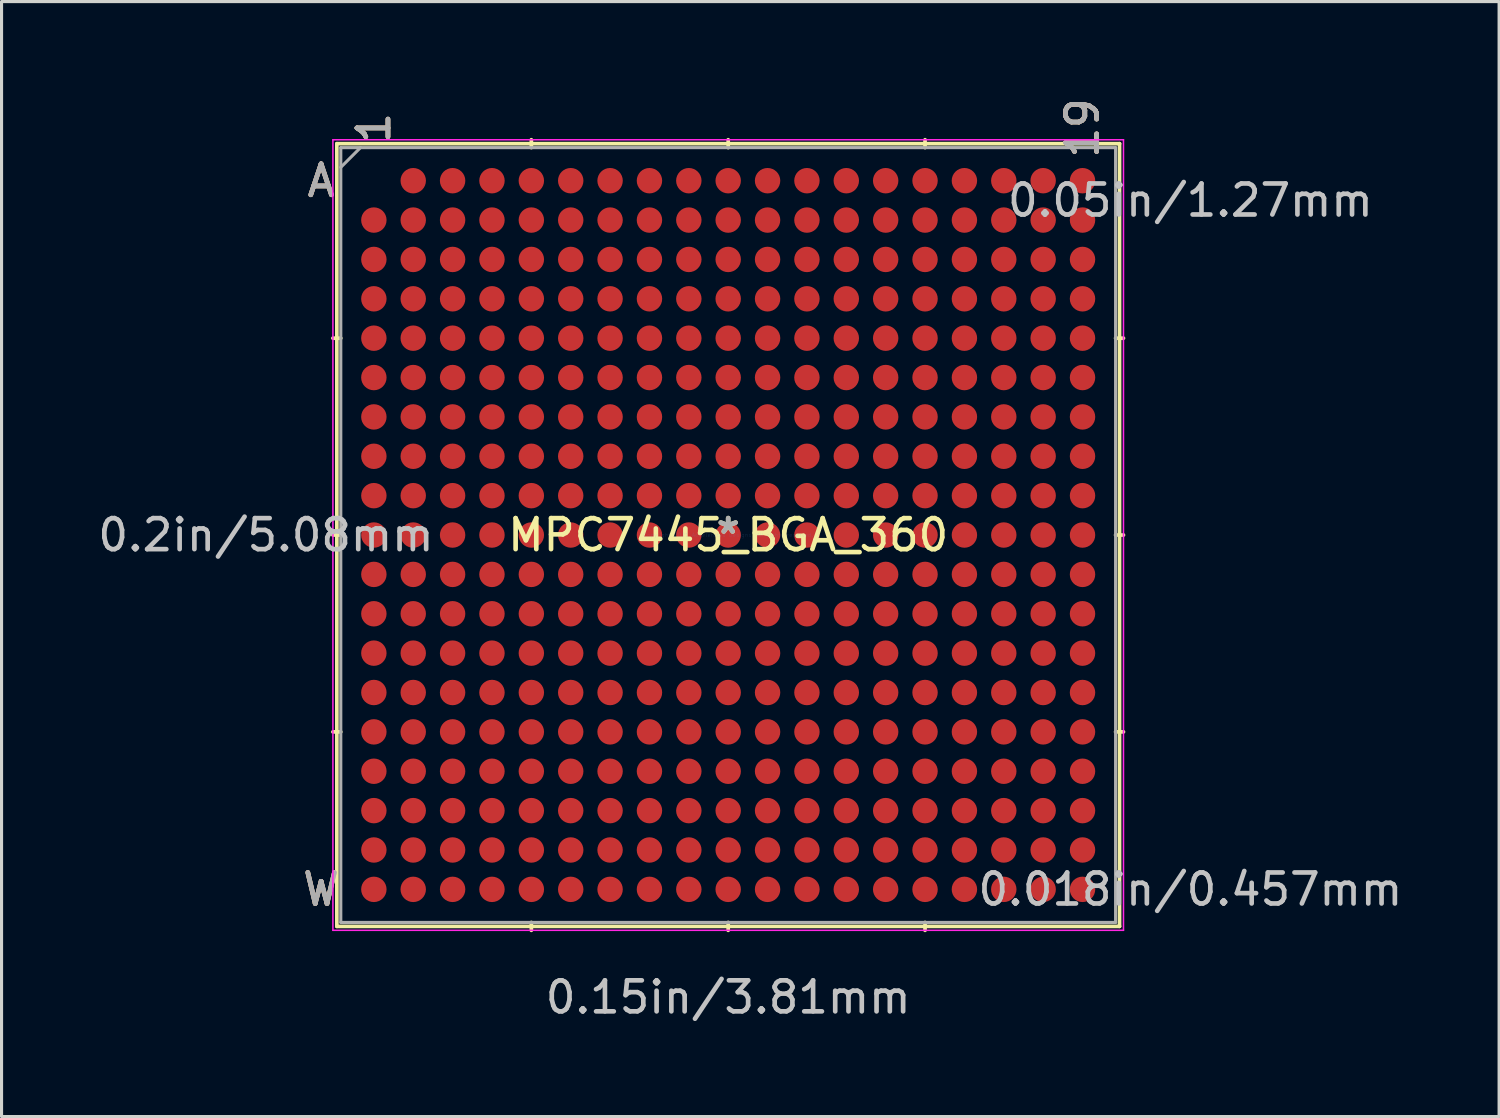
<source format=kicad_pcb>
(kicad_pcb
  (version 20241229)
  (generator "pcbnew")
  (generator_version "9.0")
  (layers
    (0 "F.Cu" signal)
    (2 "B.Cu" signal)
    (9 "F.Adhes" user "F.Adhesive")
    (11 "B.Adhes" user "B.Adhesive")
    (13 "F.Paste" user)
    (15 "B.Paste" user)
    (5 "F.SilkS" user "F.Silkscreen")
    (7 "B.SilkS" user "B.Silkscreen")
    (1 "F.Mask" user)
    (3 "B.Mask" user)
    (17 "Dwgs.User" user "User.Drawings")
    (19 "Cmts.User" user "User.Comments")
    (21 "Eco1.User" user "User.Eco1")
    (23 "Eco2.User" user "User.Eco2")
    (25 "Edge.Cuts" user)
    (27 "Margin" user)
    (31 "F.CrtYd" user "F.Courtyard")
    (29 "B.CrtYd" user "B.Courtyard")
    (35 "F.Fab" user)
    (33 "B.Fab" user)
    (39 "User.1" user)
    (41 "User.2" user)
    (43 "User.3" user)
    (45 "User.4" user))
  (footprint "MPC7445_BGA_360"
    (layer "F.Cu")
    (at 20.44 14.209)
    (property "Reference" "MPC7445_BGA_360" (at 0 0 0) (layer "F.SilkS") (effects (font (size 1 1) (thickness 0.15))))
    (attr through_hole)
    (fp_line (start -12.624 -12.624) (end -12.624 12.624) (stroke (width 0.12) (type solid)) (layer "F.SilkS"))
    (fp_line (start -12.624 12.624) (end 12.624 12.624) (stroke (width 0.12) (type solid)) (layer "F.SilkS"))
    (fp_line (start -12.497 -6.35) (end -12.751 -6.35) (stroke (width 0.12) (type solid)) (layer "F.SilkS"))
    (fp_line (start -12.497 0) (end -12.751 0) (stroke (width 0.12) (type solid)) (layer "F.SilkS"))
    (fp_line (start -12.497 6.35) (end -12.751 6.35) (stroke (width 0.12) (type solid)) (layer "F.SilkS"))
    (fp_line (start -6.35 -12.497) (end -6.35 -12.751) (stroke (width 0.12) (type solid)) (layer "F.SilkS"))
    (fp_line (start -6.35 12.497) (end -6.35 12.751) (stroke (width 0.12) (type solid)) (layer "F.SilkS"))
    (fp_line (start 0 -12.497) (end 0 -12.751) (stroke (width 0.12) (type solid)) (layer "F.SilkS"))
    (fp_line (start 0 12.497) (end 0 12.751) (stroke (width 0.12) (type solid)) (layer "F.SilkS"))
    (fp_line (start 6.35 -12.497) (end 6.35 -12.751) (stroke (width 0.12) (type solid)) (layer "F.SilkS"))
    (fp_line (start 6.35 12.497) (end 6.35 12.751) (stroke (width 0.12) (type solid)) (layer "F.SilkS"))
    (fp_line (start 12.497 -6.35) (end 12.751 -6.35) (stroke (width 0.12) (type solid)) (layer "F.SilkS"))
    (fp_line (start 12.497 0) (end 12.751 0) (stroke (width 0.12) (type solid)) (layer "F.SilkS"))
    (fp_line (start 12.497 6.35) (end 12.751 6.35) (stroke (width 0.12) (type solid)) (layer "F.SilkS"))
    (fp_line (start 12.624 -12.624) (end -12.624 -12.624) (stroke (width 0.12) (type solid)) (layer "F.SilkS"))
    (fp_line (start 12.624 12.624) (end 12.624 -12.624) (stroke (width 0.12) (type solid)) (layer "F.SilkS"))
    (fp_line (start -12.751 -12.751) (end 12.751 -12.751) (stroke (width 0.05) (type solid)) (layer "F.CrtYd"))
    (fp_line (start -12.751 12.751) (end -12.751 -12.751) (stroke (width 0.05) (type solid)) (layer "F.CrtYd"))
    (fp_line (start 12.751 -12.751) (end 12.751 12.751) (stroke (width 0.05) (type solid)) (layer "F.CrtYd"))
    (fp_line (start 12.751 12.751) (end -12.751 12.751) (stroke (width 0.05) (type solid)) (layer "F.CrtYd"))
    (fp_line (start -12.497 -12.497) (end -12.497 12.497) (stroke (width 0.1) (type solid)) (layer "F.Fab"))
    (fp_line (start -12.497 12.497) (end 12.497 12.497) (stroke (width 0.1) (type solid)) (layer "F.Fab"))
    (fp_line (start -11.862 -12.497) (end -12.497 -11.862) (stroke (width 0.1) (type solid)) (layer "F.Fab"))
    (fp_line (start 12.497 -12.497) (end -12.497 -12.497) (stroke (width 0.1) (type solid)) (layer "F.Fab"))
    (fp_line (start 12.497 12.497) (end 12.497 -12.497) (stroke (width 0.1) (type solid)) (layer "F.Fab"))
    (fp_text user "19" (at 11.43 -13.132 90) (layer "F.SilkS") (effects (font (size 1 1) (thickness 0.15))))
    (fp_text user "A" (at -13.132 -11.43 0) (layer "F.SilkS") (effects (font (size 1 1) (thickness 0.15))))
    (fp_text user "1" (at -11.43 -13.132 90) (layer "F.SilkS") (effects (font (size 1 1) (thickness 0.15))))
    (fp_text user "*" (at 0 0 0) (layer "F.SilkS") (effects (font (size 1 1) (thickness 0.15))))
    (fp_text user "W" (at -13.132 11.43 0) (layer "F.SilkS") (effects (font (size 1 1) (thickness 0.15))))
    (fp_text user "1" (at -11.43 -13.132 90) (layer "B.SilkS") (effects (font (size 1 1) (thickness 0.15))))
    (fp_text user "A" (at -13.132 -11.43 0) (layer "B.SilkS") (effects (font (size 1 1) (thickness 0.15))))
    (fp_text user "W" (at -13.132 11.43 0) (layer "B.SilkS") (effects (font (size 1 1) (thickness 0.15))))
    (fp_text user "19" (at 11.43 -13.132 90) (layer "B.SilkS") (effects (font (size 1 1) (thickness 0.15))))
    (fp_text user "0.2in/5.08mm" (at -14.91 0 0) (layer "Dwgs.User") (effects (font (size 1 1) (thickness 0.15))))
    (fp_text user "0.15in/3.81mm" (at 0 14.91 0) (layer "Dwgs.User") (effects (font (size 1 1) (thickness 0.15))))
    (fp_text user "0.05in/1.27mm" (at 14.91 -10.795 0) (layer "Dwgs.User") (effects (font (size 1 1) (thickness 0.15))))
    (fp_text user "0.018in/0.457mm" (at 14.91 11.43 0) (layer "Dwgs.User") (effects (font (size 1 1) (thickness 0.15))))
    (fp_text user "Copyright 2021 Accelerated Designs. All rights reserved." (at 0 0 0) (layer "Cmts.User") (effects (font (size 0.127 0.127) (thickness 0.002))))
    (fp_text user "W" (at -13.132 11.43 0) (layer "F.Fab") (effects (font (size 1 1) (thickness 0.15))))
    (fp_text user "1" (at -11.43 -13.132 90) (layer "F.Fab") (effects (font (size 1 1) (thickness 0.15))))
    (fp_text user "19" (at 11.43 -13.132 90) (layer "F.Fab") (effects (font (size 1 1) (thickness 0.15))))
    (fp_text user "*" (at 0 0 0) (layer "F.Fab") (effects (font (size 1 1) (thickness 0.15))))
    (fp_text user "A" (at -13.132 -11.43 0) (layer "F.Fab") (effects (font (size 1 1) (thickness 0.15))))
    (pad "A2" smd circle (at -10.16 -11.43) (size 0.82 0.82) (layers "F.Cu" "F.Mask" "F.Paste"))
    (pad "A3" smd circle (at -8.89 -11.43) (size 0.82 0.82) (layers "F.Cu" "F.Mask" "F.Paste"))
    (pad "A4" smd circle (at -7.62 -11.43) (size 0.82 0.82) (layers "F.Cu" "F.Mask" "F.Paste"))
    (pad "A5" smd circle (at -6.35 -11.43) (size 0.82 0.82) (layers "F.Cu" "F.Mask" "F.Paste"))
    (pad "A6" smd circle (at -5.08 -11.43) (size 0.82 0.82) (layers "F.Cu" "F.Mask" "F.Paste"))
    (pad "A7" smd circle (at -3.81 -11.43) (size 0.82 0.82) (layers "F.Cu" "F.Mask" "F.Paste"))
    (pad "A8" smd circle (at -2.54 -11.43) (size 0.82 0.82) (layers "F.Cu" "F.Mask" "F.Paste"))
    (pad "A9" smd circle (at -1.27 -11.43) (size 0.82 0.82) (layers "F.Cu" "F.Mask" "F.Paste"))
    (pad "A10" smd circle (at 0 -11.43) (size 0.82 0.82) (layers "F.Cu" "F.Mask" "F.Paste"))
    (pad "A11" smd circle (at 1.27 -11.43) (size 0.82 0.82) (layers "F.Cu" "F.Mask" "F.Paste"))
    (pad "A12" smd circle (at 2.54 -11.43) (size 0.82 0.82) (layers "F.Cu" "F.Mask" "F.Paste"))
    (pad "A13" smd circle (at 3.81 -11.43) (size 0.82 0.82) (layers "F.Cu" "F.Mask" "F.Paste"))
    (pad "A14" smd circle (at 5.08 -11.43) (size 0.82 0.82) (layers "F.Cu" "F.Mask" "F.Paste"))
    (pad "A15" smd circle (at 6.35 -11.43) (size 0.82 0.82) (layers "F.Cu" "F.Mask" "F.Paste"))
    (pad "A16" smd circle (at 7.62 -11.43) (size 0.82 0.82) (layers "F.Cu" "F.Mask" "F.Paste"))
    (pad "A17" smd circle (at 8.89 -11.43) (size 0.82 0.82) (layers "F.Cu" "F.Mask" "F.Paste"))
    (pad "A18" smd circle (at 10.16 -11.43) (size 0.82 0.82) (layers "F.Cu" "F.Mask" "F.Paste"))
    (pad "A19" smd circle (at 11.43 -11.43) (size 0.82 0.82) (layers "F.Cu" "F.Mask" "F.Paste"))
    (pad "B1" smd circle (at -11.43 -10.16) (size 0.82 0.82) (layers "F.Cu" "F.Mask" "F.Paste"))
    (pad "B2" smd circle (at -10.16 -10.16) (size 0.82 0.82) (layers "F.Cu" "F.Mask" "F.Paste"))
    (pad "B3" smd circle (at -8.89 -10.16) (size 0.82 0.82) (layers "F.Cu" "F.Mask" "F.Paste"))
    (pad "B4" smd circle (at -7.62 -10.16) (size 0.82 0.82) (layers "F.Cu" "F.Mask" "F.Paste"))
    (pad "B5" smd circle (at -6.35 -10.16) (size 0.82 0.82) (layers "F.Cu" "F.Mask" "F.Paste"))
    (pad "B6" smd circle (at -5.08 -10.16) (size 0.82 0.82) (layers "F.Cu" "F.Mask" "F.Paste"))
    (pad "B7" smd circle (at -3.81 -10.16) (size 0.82 0.82) (layers "F.Cu" "F.Mask" "F.Paste"))
    (pad "B8" smd circle (at -2.54 -10.16) (size 0.82 0.82) (layers "F.Cu" "F.Mask" "F.Paste"))
    (pad "B9" smd circle (at -1.27 -10.16) (size 0.82 0.82) (layers "F.Cu" "F.Mask" "F.Paste"))
    (pad "B10" smd circle (at 0 -10.16) (size 0.82 0.82) (layers "F.Cu" "F.Mask" "F.Paste"))
    (pad "B11" smd circle (at 1.27 -10.16) (size 0.82 0.82) (layers "F.Cu" "F.Mask" "F.Paste"))
    (pad "B12" smd circle (at 2.54 -10.16) (size 0.82 0.82) (layers "F.Cu" "F.Mask" "F.Paste"))
    (pad "B13" smd circle (at 3.81 -10.16) (size 0.82 0.82) (layers "F.Cu" "F.Mask" "F.Paste"))
    (pad "B14" smd circle (at 5.08 -10.16) (size 0.82 0.82) (layers "F.Cu" "F.Mask" "F.Paste"))
    (pad "B15" smd circle (at 6.35 -10.16) (size 0.82 0.82) (layers "F.Cu" "F.Mask" "F.Paste"))
    (pad "B16" smd circle (at 7.62 -10.16) (size 0.82 0.82) (layers "F.Cu" "F.Mask" "F.Paste"))
    (pad "B17" smd circle (at 8.89 -10.16) (size 0.82 0.82) (layers "F.Cu" "F.Mask" "F.Paste"))
    (pad "B18" smd circle (at 10.16 -10.16) (size 0.82 0.82) (layers "F.Cu" "F.Mask" "F.Paste"))
    (pad "B19" smd circle (at 11.43 -10.16) (size 0.82 0.82) (layers "F.Cu" "F.Mask" "F.Paste"))
    (pad "C1" smd circle (at -11.43 -8.89) (size 0.82 0.82) (layers "F.Cu" "F.Mask" "F.Paste"))
    (pad "C2" smd circle (at -10.16 -8.89) (size 0.82 0.82) (layers "F.Cu" "F.Mask" "F.Paste"))
    (pad "C3" smd circle (at -8.89 -8.89) (size 0.82 0.82) (layers "F.Cu" "F.Mask" "F.Paste"))
    (pad "C4" smd circle (at -7.62 -8.89) (size 0.82 0.82) (layers "F.Cu" "F.Mask" "F.Paste"))
    (pad "C5" smd circle (at -6.35 -8.89) (size 0.82 0.82) (layers "F.Cu" "F.Mask" "F.Paste"))
    (pad "C6" smd circle (at -5.08 -8.89) (size 0.82 0.82) (layers "F.Cu" "F.Mask" "F.Paste"))
    (pad "C7" smd circle (at -3.81 -8.89) (size 0.82 0.82) (layers "F.Cu" "F.Mask" "F.Paste"))
    (pad "C8" smd circle (at -2.54 -8.89) (size 0.82 0.82) (layers "F.Cu" "F.Mask" "F.Paste"))
    (pad "C9" smd circle (at -1.27 -8.89) (size 0.82 0.82) (layers "F.Cu" "F.Mask" "F.Paste"))
    (pad "C10" smd circle (at 0 -8.89) (size 0.82 0.82) (layers "F.Cu" "F.Mask" "F.Paste"))
    (pad "C11" smd circle (at 1.27 -8.89) (size 0.82 0.82) (layers "F.Cu" "F.Mask" "F.Paste"))
    (pad "C12" smd circle (at 2.54 -8.89) (size 0.82 0.82) (layers "F.Cu" "F.Mask" "F.Paste"))
    (pad "C13" smd circle (at 3.81 -8.89) (size 0.82 0.82) (layers "F.Cu" "F.Mask" "F.Paste"))
    (pad "C14" smd circle (at 5.08 -8.89) (size 0.82 0.82) (layers "F.Cu" "F.Mask" "F.Paste"))
    (pad "C15" smd circle (at 6.35 -8.89) (size 0.82 0.82) (layers "F.Cu" "F.Mask" "F.Paste"))
    (pad "C16" smd circle (at 7.62 -8.89) (size 0.82 0.82) (layers "F.Cu" "F.Mask" "F.Paste"))
    (pad "C17" smd circle (at 8.89 -8.89) (size 0.82 0.82) (layers "F.Cu" "F.Mask" "F.Paste"))
    (pad "C18" smd circle (at 10.16 -8.89) (size 0.82 0.82) (layers "F.Cu" "F.Mask" "F.Paste"))
    (pad "C19" smd circle (at 11.43 -8.89) (size 0.82 0.82) (layers "F.Cu" "F.Mask" "F.Paste"))
    (pad "D1" smd circle (at -11.43 -7.62) (size 0.82 0.82) (layers "F.Cu" "F.Mask" "F.Paste"))
    (pad "D2" smd circle (at -10.16 -7.62) (size 0.82 0.82) (layers "F.Cu" "F.Mask" "F.Paste"))
    (pad "D3" smd circle (at -8.89 -7.62) (size 0.82 0.82) (layers "F.Cu" "F.Mask" "F.Paste"))
    (pad "D4" smd circle (at -7.62 -7.62) (size 0.82 0.82) (layers "F.Cu" "F.Mask" "F.Paste"))
    (pad "D5" smd circle (at -6.35 -7.62) (size 0.82 0.82) (layers "F.Cu" "F.Mask" "F.Paste"))
    (pad "D6" smd circle (at -5.08 -7.62) (size 0.82 0.82) (layers "F.Cu" "F.Mask" "F.Paste"))
    (pad "D7" smd circle (at -3.81 -7.62) (size 0.82 0.82) (layers "F.Cu" "F.Mask" "F.Paste"))
    (pad "D8" smd circle (at -2.54 -7.62) (size 0.82 0.82) (layers "F.Cu" "F.Mask" "F.Paste"))
    (pad "D9" smd circle (at -1.27 -7.62) (size 0.82 0.82) (layers "F.Cu" "F.Mask" "F.Paste"))
    (pad "D10" smd circle (at 0 -7.62) (size 0.82 0.82) (layers "F.Cu" "F.Mask" "F.Paste"))
    (pad "D11" smd circle (at 1.27 -7.62) (size 0.82 0.82) (layers "F.Cu" "F.Mask" "F.Paste"))
    (pad "D12" smd circle (at 2.54 -7.62) (size 0.82 0.82) (layers "F.Cu" "F.Mask" "F.Paste"))
    (pad "D13" smd circle (at 3.81 -7.62) (size 0.82 0.82) (layers "F.Cu" "F.Mask" "F.Paste"))
    (pad "D14" smd circle (at 5.08 -7.62) (size 0.82 0.82) (layers "F.Cu" "F.Mask" "F.Paste"))
    (pad "D15" smd circle (at 6.35 -7.62) (size 0.82 0.82) (layers "F.Cu" "F.Mask" "F.Paste"))
    (pad "D16" smd circle (at 7.62 -7.62) (size 0.82 0.82) (layers "F.Cu" "F.Mask" "F.Paste"))
    (pad "D17" smd circle (at 8.89 -7.62) (size 0.82 0.82) (layers "F.Cu" "F.Mask" "F.Paste"))
    (pad "D18" smd circle (at 10.16 -7.62) (size 0.82 0.82) (layers "F.Cu" "F.Mask" "F.Paste"))
    (pad "D19" smd circle (at 11.43 -7.62) (size 0.82 0.82) (layers "F.Cu" "F.Mask" "F.Paste"))
    (pad "E1" smd circle (at -11.43 -6.35) (size 0.82 0.82) (layers "F.Cu" "F.Mask" "F.Paste"))
    (pad "E2" smd circle (at -10.16 -6.35) (size 0.82 0.82) (layers "F.Cu" "F.Mask" "F.Paste"))
    (pad "E3" smd circle (at -8.89 -6.35) (size 0.82 0.82) (layers "F.Cu" "F.Mask" "F.Paste"))
    (pad "E4" smd circle (at -7.62 -6.35) (size 0.82 0.82) (layers "F.Cu" "F.Mask" "F.Paste"))
    (pad "E5" smd circle (at -6.35 -6.35) (size 0.82 0.82) (layers "F.Cu" "F.Mask" "F.Paste"))
    (pad "E6" smd circle (at -5.08 -6.35) (size 0.82 0.82) (layers "F.Cu" "F.Mask" "F.Paste"))
    (pad "E7" smd circle (at -3.81 -6.35) (size 0.82 0.82) (layers "F.Cu" "F.Mask" "F.Paste"))
    (pad "E8" smd circle (at -2.54 -6.35) (size 0.82 0.82) (layers "F.Cu" "F.Mask" "F.Paste"))
    (pad "E9" smd circle (at -1.27 -6.35) (size 0.82 0.82) (layers "F.Cu" "F.Mask" "F.Paste"))
    (pad "E10" smd circle (at 0 -6.35) (size 0.82 0.82) (layers "F.Cu" "F.Mask" "F.Paste"))
    (pad "E11" smd circle (at 1.27 -6.35) (size 0.82 0.82) (layers "F.Cu" "F.Mask" "F.Paste"))
    (pad "E12" smd circle (at 2.54 -6.35) (size 0.82 0.82) (layers "F.Cu" "F.Mask" "F.Paste"))
    (pad "E13" smd circle (at 3.81 -6.35) (size 0.82 0.82) (layers "F.Cu" "F.Mask" "F.Paste"))
    (pad "E14" smd circle (at 5.08 -6.35) (size 0.82 0.82) (layers "F.Cu" "F.Mask" "F.Paste"))
    (pad "E15" smd circle (at 6.35 -6.35) (size 0.82 0.82) (layers "F.Cu" "F.Mask" "F.Paste"))
    (pad "E16" smd circle (at 7.62 -6.35) (size 0.82 0.82) (layers "F.Cu" "F.Mask" "F.Paste"))
    (pad "E17" smd circle (at 8.89 -6.35) (size 0.82 0.82) (layers "F.Cu" "F.Mask" "F.Paste"))
    (pad "E18" smd circle (at 10.16 -6.35) (size 0.82 0.82) (layers "F.Cu" "F.Mask" "F.Paste"))
    (pad "E19" smd circle (at 11.43 -6.35) (size 0.82 0.82) (layers "F.Cu" "F.Mask" "F.Paste"))
    (pad "F1" smd circle (at -11.43 -5.08) (size 0.82 0.82) (layers "F.Cu" "F.Mask" "F.Paste"))
    (pad "F2" smd circle (at -10.16 -5.08) (size 0.82 0.82) (layers "F.Cu" "F.Mask" "F.Paste"))
    (pad "F3" smd circle (at -8.89 -5.08) (size 0.82 0.82) (layers "F.Cu" "F.Mask" "F.Paste"))
    (pad "F4" smd circle (at -7.62 -5.08) (size 0.82 0.82) (layers "F.Cu" "F.Mask" "F.Paste"))
    (pad "F5" smd circle (at -6.35 -5.08) (size 0.82 0.82) (layers "F.Cu" "F.Mask" "F.Paste"))
    (pad "F6" smd circle (at -5.08 -5.08) (size 0.82 0.82) (layers "F.Cu" "F.Mask" "F.Paste"))
    (pad "F7" smd circle (at -3.81 -5.08) (size 0.82 0.82) (layers "F.Cu" "F.Mask" "F.Paste"))
    (pad "F8" smd circle (at -2.54 -5.08) (size 0.82 0.82) (layers "F.Cu" "F.Mask" "F.Paste"))
    (pad "F9" smd circle (at -1.27 -5.08) (size 0.82 0.82) (layers "F.Cu" "F.Mask" "F.Paste"))
    (pad "F10" smd circle (at 0 -5.08) (size 0.82 0.82) (layers "F.Cu" "F.Mask" "F.Paste"))
    (pad "F11" smd circle (at 1.27 -5.08) (size 0.82 0.82) (layers "F.Cu" "F.Mask" "F.Paste"))
    (pad "F12" smd circle (at 2.54 -5.08) (size 0.82 0.82) (layers "F.Cu" "F.Mask" "F.Paste"))
    (pad "F13" smd circle (at 3.81 -5.08) (size 0.82 0.82) (layers "F.Cu" "F.Mask" "F.Paste"))
    (pad "F14" smd circle (at 5.08 -5.08) (size 0.82 0.82) (layers "F.Cu" "F.Mask" "F.Paste"))
    (pad "F15" smd circle (at 6.35 -5.08) (size 0.82 0.82) (layers "F.Cu" "F.Mask" "F.Paste"))
    (pad "F16" smd circle (at 7.62 -5.08) (size 0.82 0.82) (layers "F.Cu" "F.Mask" "F.Paste"))
    (pad "F17" smd circle (at 8.89 -5.08) (size 0.82 0.82) (layers "F.Cu" "F.Mask" "F.Paste"))
    (pad "F18" smd circle (at 10.16 -5.08) (size 0.82 0.82) (layers "F.Cu" "F.Mask" "F.Paste"))
    (pad "F19" smd circle (at 11.43 -5.08) (size 0.82 0.82) (layers "F.Cu" "F.Mask" "F.Paste"))
    (pad "G1" smd circle (at -11.43 -3.81) (size 0.82 0.82) (layers "F.Cu" "F.Mask" "F.Paste"))
    (pad "G2" smd circle (at -10.16 -3.81) (size 0.82 0.82) (layers "F.Cu" "F.Mask" "F.Paste"))
    (pad "G3" smd circle (at -8.89 -3.81) (size 0.82 0.82) (layers "F.Cu" "F.Mask" "F.Paste"))
    (pad "G4" smd circle (at -7.62 -3.81) (size 0.82 0.82) (layers "F.Cu" "F.Mask" "F.Paste"))
    (pad "G5" smd circle (at -6.35 -3.81) (size 0.82 0.82) (layers "F.Cu" "F.Mask" "F.Paste"))
    (pad "G6" smd circle (at -5.08 -3.81) (size 0.82 0.82) (layers "F.Cu" "F.Mask" "F.Paste"))
    (pad "G7" smd circle (at -3.81 -3.81) (size 0.82 0.82) (layers "F.Cu" "F.Mask" "F.Paste"))
    (pad "G8" smd circle (at -2.54 -3.81) (size 0.82 0.82) (layers "F.Cu" "F.Mask" "F.Paste"))
    (pad "G9" smd circle (at -1.27 -3.81) (size 0.82 0.82) (layers "F.Cu" "F.Mask" "F.Paste"))
    (pad "G10" smd circle (at 0 -3.81) (size 0.82 0.82) (layers "F.Cu" "F.Mask" "F.Paste"))
    (pad "G11" smd circle (at 1.27 -3.81) (size 0.82 0.82) (layers "F.Cu" "F.Mask" "F.Paste"))
    (pad "G12" smd circle (at 2.54 -3.81) (size 0.82 0.82) (layers "F.Cu" "F.Mask" "F.Paste"))
    (pad "G13" smd circle (at 3.81 -3.81) (size 0.82 0.82) (layers "F.Cu" "F.Mask" "F.Paste"))
    (pad "G14" smd circle (at 5.08 -3.81) (size 0.82 0.82) (layers "F.Cu" "F.Mask" "F.Paste"))
    (pad "G15" smd circle (at 6.35 -3.81) (size 0.82 0.82) (layers "F.Cu" "F.Mask" "F.Paste"))
    (pad "G16" smd circle (at 7.62 -3.81) (size 0.82 0.82) (layers "F.Cu" "F.Mask" "F.Paste"))
    (pad "G17" smd circle (at 8.89 -3.81) (size 0.82 0.82) (layers "F.Cu" "F.Mask" "F.Paste"))
    (pad "G18" smd circle (at 10.16 -3.81) (size 0.82 0.82) (layers "F.Cu" "F.Mask" "F.Paste"))
    (pad "G19" smd circle (at 11.43 -3.81) (size 0.82 0.82) (layers "F.Cu" "F.Mask" "F.Paste"))
    (pad "H1" smd circle (at -11.43 -2.54) (size 0.82 0.82) (layers "F.Cu" "F.Mask" "F.Paste"))
    (pad "H2" smd circle (at -10.16 -2.54) (size 0.82 0.82) (layers "F.Cu" "F.Mask" "F.Paste"))
    (pad "H3" smd circle (at -8.89 -2.54) (size 0.82 0.82) (layers "F.Cu" "F.Mask" "F.Paste"))
    (pad "H4" smd circle (at -7.62 -2.54) (size 0.82 0.82) (layers "F.Cu" "F.Mask" "F.Paste"))
    (pad "H5" smd circle (at -6.35 -2.54) (size 0.82 0.82) (layers "F.Cu" "F.Mask" "F.Paste"))
    (pad "H6" smd circle (at -5.08 -2.54) (size 0.82 0.82) (layers "F.Cu" "F.Mask" "F.Paste"))
    (pad "H7" smd circle (at -3.81 -2.54) (size 0.82 0.82) (layers "F.Cu" "F.Mask" "F.Paste"))
    (pad "H8" smd circle (at -2.54 -2.54) (size 0.82 0.82) (layers "F.Cu" "F.Mask" "F.Paste"))
    (pad "H9" smd circle (at -1.27 -2.54) (size 0.82 0.82) (layers "F.Cu" "F.Mask" "F.Paste"))
    (pad "H10" smd circle (at 0 -2.54) (size 0.82 0.82) (layers "F.Cu" "F.Mask" "F.Paste"))
    (pad "H11" smd circle (at 1.27 -2.54) (size 0.82 0.82) (layers "F.Cu" "F.Mask" "F.Paste"))
    (pad "H12" smd circle (at 2.54 -2.54) (size 0.82 0.82) (layers "F.Cu" "F.Mask" "F.Paste"))
    (pad "H13" smd circle (at 3.81 -2.54) (size 0.82 0.82) (layers "F.Cu" "F.Mask" "F.Paste"))
    (pad "H14" smd circle (at 5.08 -2.54) (size 0.82 0.82) (layers "F.Cu" "F.Mask" "F.Paste"))
    (pad "H15" smd circle (at 6.35 -2.54) (size 0.82 0.82) (layers "F.Cu" "F.Mask" "F.Paste"))
    (pad "H16" smd circle (at 7.62 -2.54) (size 0.82 0.82) (layers "F.Cu" "F.Mask" "F.Paste"))
    (pad "H17" smd circle (at 8.89 -2.54) (size 0.82 0.82) (layers "F.Cu" "F.Mask" "F.Paste"))
    (pad "H18" smd circle (at 10.16 -2.54) (size 0.82 0.82) (layers "F.Cu" "F.Mask" "F.Paste"))
    (pad "H19" smd circle (at 11.43 -2.54) (size 0.82 0.82) (layers "F.Cu" "F.Mask" "F.Paste"))
    (pad "J1" smd circle (at -11.43 -1.27) (size 0.82 0.82) (layers "F.Cu" "F.Mask" "F.Paste"))
    (pad "J2" smd circle (at -10.16 -1.27) (size 0.82 0.82) (layers "F.Cu" "F.Mask" "F.Paste"))
    (pad "J3" smd circle (at -8.89 -1.27) (size 0.82 0.82) (layers "F.Cu" "F.Mask" "F.Paste"))
    (pad "J4" smd circle (at -7.62 -1.27) (size 0.82 0.82) (layers "F.Cu" "F.Mask" "F.Paste"))
    (pad "J5" smd circle (at -6.35 -1.27) (size 0.82 0.82) (layers "F.Cu" "F.Mask" "F.Paste"))
    (pad "J6" smd circle (at -5.08 -1.27) (size 0.82 0.82) (layers "F.Cu" "F.Mask" "F.Paste"))
    (pad "J7" smd circle (at -3.81 -1.27) (size 0.82 0.82) (layers "F.Cu" "F.Mask" "F.Paste"))
    (pad "J8" smd circle (at -2.54 -1.27) (size 0.82 0.82) (layers "F.Cu" "F.Mask" "F.Paste"))
    (pad "J9" smd circle (at -1.27 -1.27) (size 0.82 0.82) (layers "F.Cu" "F.Mask" "F.Paste"))
    (pad "J10" smd circle (at 0 -1.27) (size 0.82 0.82) (layers "F.Cu" "F.Mask" "F.Paste"))
    (pad "J11" smd circle (at 1.27 -1.27) (size 0.82 0.82) (layers "F.Cu" "F.Mask" "F.Paste"))
    (pad "J12" smd circle (at 2.54 -1.27) (size 0.82 0.82) (layers "F.Cu" "F.Mask" "F.Paste"))
    (pad "J13" smd circle (at 3.81 -1.27) (size 0.82 0.82) (layers "F.Cu" "F.Mask" "F.Paste"))
    (pad "J14" smd circle (at 5.08 -1.27) (size 0.82 0.82) (layers "F.Cu" "F.Mask" "F.Paste"))
    (pad "J15" smd circle (at 6.35 -1.27) (size 0.82 0.82) (layers "F.Cu" "F.Mask" "F.Paste"))
    (pad "J16" smd circle (at 7.62 -1.27) (size 0.82 0.82) (layers "F.Cu" "F.Mask" "F.Paste"))
    (pad "J17" smd circle (at 8.89 -1.27) (size 0.82 0.82) (layers "F.Cu" "F.Mask" "F.Paste"))
    (pad "J18" smd circle (at 10.16 -1.27) (size 0.82 0.82) (layers "F.Cu" "F.Mask" "F.Paste"))
    (pad "J19" smd circle (at 11.43 -1.27) (size 0.82 0.82) (layers "F.Cu" "F.Mask" "F.Paste"))
    (pad "K1" smd circle (at -11.43 0) (size 0.82 0.82) (layers "F.Cu" "F.Mask" "F.Paste"))
    (pad "K2" smd circle (at -10.16 0) (size 0.82 0.82) (layers "F.Cu" "F.Mask" "F.Paste"))
    (pad "K3" smd circle (at -8.89 0) (size 0.82 0.82) (layers "F.Cu" "F.Mask" "F.Paste"))
    (pad "K4" smd circle (at -7.62 0) (size 0.82 0.82) (layers "F.Cu" "F.Mask" "F.Paste"))
    (pad "K5" smd circle (at -6.35 0) (size 0.82 0.82) (layers "F.Cu" "F.Mask" "F.Paste"))
    (pad "K6" smd circle (at -5.08 0) (size 0.82 0.82) (layers "F.Cu" "F.Mask" "F.Paste"))
    (pad "K7" smd circle (at -3.81 0) (size 0.82 0.82) (layers "F.Cu" "F.Mask" "F.Paste"))
    (pad "K8" smd circle (at -2.54 0) (size 0.82 0.82) (layers "F.Cu" "F.Mask" "F.Paste"))
    (pad "K9" smd circle (at -1.27 0) (size 0.82 0.82) (layers "F.Cu" "F.Mask" "F.Paste"))
    (pad "K10" smd circle (at 0 0) (size 0.82 0.82) (layers "F.Cu" "F.Mask" "F.Paste"))
    (pad "K11" smd circle (at 1.27 0) (size 0.82 0.82) (layers "F.Cu" "F.Mask" "F.Paste"))
    (pad "K12" smd circle (at 2.54 0) (size 0.82 0.82) (layers "F.Cu" "F.Mask" "F.Paste"))
    (pad "K13" smd circle (at 3.81 0) (size 0.82 0.82) (layers "F.Cu" "F.Mask" "F.Paste"))
    (pad "K14" smd circle (at 5.08 0) (size 0.82 0.82) (layers "F.Cu" "F.Mask" "F.Paste"))
    (pad "K15" smd circle (at 6.35 0) (size 0.82 0.82) (layers "F.Cu" "F.Mask" "F.Paste"))
    (pad "K16" smd circle (at 7.62 0) (size 0.82 0.82) (layers "F.Cu" "F.Mask" "F.Paste"))
    (pad "K17" smd circle (at 8.89 0) (size 0.82 0.82) (layers "F.Cu" "F.Mask" "F.Paste"))
    (pad "K18" smd circle (at 10.16 0) (size 0.82 0.82) (layers "F.Cu" "F.Mask" "F.Paste"))
    (pad "K19" smd circle (at 11.43 0) (size 0.82 0.82) (layers "F.Cu" "F.Mask" "F.Paste"))
    (pad "L1" smd circle (at -11.43 1.27) (size 0.82 0.82) (layers "F.Cu" "F.Mask" "F.Paste"))
    (pad "L2" smd circle (at -10.16 1.27) (size 0.82 0.82) (layers "F.Cu" "F.Mask" "F.Paste"))
    (pad "L3" smd circle (at -8.89 1.27) (size 0.82 0.82) (layers "F.Cu" "F.Mask" "F.Paste"))
    (pad "L4" smd circle (at -7.62 1.27) (size 0.82 0.82) (layers "F.Cu" "F.Mask" "F.Paste"))
    (pad "L5" smd circle (at -6.35 1.27) (size 0.82 0.82) (layers "F.Cu" "F.Mask" "F.Paste"))
    (pad "L6" smd circle (at -5.08 1.27) (size 0.82 0.82) (layers "F.Cu" "F.Mask" "F.Paste"))
    (pad "L7" smd circle (at -3.81 1.27) (size 0.82 0.82) (layers "F.Cu" "F.Mask" "F.Paste"))
    (pad "L8" smd circle (at -2.54 1.27) (size 0.82 0.82) (layers "F.Cu" "F.Mask" "F.Paste"))
    (pad "L9" smd circle (at -1.27 1.27) (size 0.82 0.82) (layers "F.Cu" "F.Mask" "F.Paste"))
    (pad "L10" smd circle (at 0 1.27) (size 0.82 0.82) (layers "F.Cu" "F.Mask" "F.Paste"))
    (pad "L11" smd circle (at 1.27 1.27) (size 0.82 0.82) (layers "F.Cu" "F.Mask" "F.Paste"))
    (pad "L12" smd circle (at 2.54 1.27) (size 0.82 0.82) (layers "F.Cu" "F.Mask" "F.Paste"))
    (pad "L13" smd circle (at 3.81 1.27) (size 0.82 0.82) (layers "F.Cu" "F.Mask" "F.Paste"))
    (pad "L14" smd circle (at 5.08 1.27) (size 0.82 0.82) (layers "F.Cu" "F.Mask" "F.Paste"))
    (pad "L15" smd circle (at 6.35 1.27) (size 0.82 0.82) (layers "F.Cu" "F.Mask" "F.Paste"))
    (pad "L16" smd circle (at 7.62 1.27) (size 0.82 0.82) (layers "F.Cu" "F.Mask" "F.Paste"))
    (pad "L17" smd circle (at 8.89 1.27) (size 0.82 0.82) (layers "F.Cu" "F.Mask" "F.Paste"))
    (pad "L18" smd circle (at 10.16 1.27) (size 0.82 0.82) (layers "F.Cu" "F.Mask" "F.Paste"))
    (pad "L19" smd circle (at 11.43 1.27) (size 0.82 0.82) (layers "F.Cu" "F.Mask" "F.Paste"))
    (pad "M1" smd circle (at -11.43 2.54) (size 0.82 0.82) (layers "F.Cu" "F.Mask" "F.Paste"))
    (pad "M2" smd circle (at -10.16 2.54) (size 0.82 0.82) (layers "F.Cu" "F.Mask" "F.Paste"))
    (pad "M3" smd circle (at -8.89 2.54) (size 0.82 0.82) (layers "F.Cu" "F.Mask" "F.Paste"))
    (pad "M4" smd circle (at -7.62 2.54) (size 0.82 0.82) (layers "F.Cu" "F.Mask" "F.Paste"))
    (pad "M5" smd circle (at -6.35 2.54) (size 0.82 0.82) (layers "F.Cu" "F.Mask" "F.Paste"))
    (pad "M6" smd circle (at -5.08 2.54) (size 0.82 0.82) (layers "F.Cu" "F.Mask" "F.Paste"))
    (pad "M7" smd circle (at -3.81 2.54) (size 0.82 0.82) (layers "F.Cu" "F.Mask" "F.Paste"))
    (pad "M8" smd circle (at -2.54 2.54) (size 0.82 0.82) (layers "F.Cu" "F.Mask" "F.Paste"))
    (pad "M9" smd circle (at -1.27 2.54) (size 0.82 0.82) (layers "F.Cu" "F.Mask" "F.Paste"))
    (pad "M10" smd circle (at 0 2.54) (size 0.82 0.82) (layers "F.Cu" "F.Mask" "F.Paste"))
    (pad "M11" smd circle (at 1.27 2.54) (size 0.82 0.82) (layers "F.Cu" "F.Mask" "F.Paste"))
    (pad "M12" smd circle (at 2.54 2.54) (size 0.82 0.82) (layers "F.Cu" "F.Mask" "F.Paste"))
    (pad "M13" smd circle (at 3.81 2.54) (size 0.82 0.82) (layers "F.Cu" "F.Mask" "F.Paste"))
    (pad "M14" smd circle (at 5.08 2.54) (size 0.82 0.82) (layers "F.Cu" "F.Mask" "F.Paste"))
    (pad "M15" smd circle (at 6.35 2.54) (size 0.82 0.82) (layers "F.Cu" "F.Mask" "F.Paste"))
    (pad "M16" smd circle (at 7.62 2.54) (size 0.82 0.82) (layers "F.Cu" "F.Mask" "F.Paste"))
    (pad "M17" smd circle (at 8.89 2.54) (size 0.82 0.82) (layers "F.Cu" "F.Mask" "F.Paste"))
    (pad "M18" smd circle (at 10.16 2.54) (size 0.82 0.82) (layers "F.Cu" "F.Mask" "F.Paste"))
    (pad "M19" smd circle (at 11.43 2.54) (size 0.82 0.82) (layers "F.Cu" "F.Mask" "F.Paste"))
    (pad "N1" smd circle (at -11.43 3.81) (size 0.82 0.82) (layers "F.Cu" "F.Mask" "F.Paste"))
    (pad "N2" smd circle (at -10.16 3.81) (size 0.82 0.82) (layers "F.Cu" "F.Mask" "F.Paste"))
    (pad "N3" smd circle (at -8.89 3.81) (size 0.82 0.82) (layers "F.Cu" "F.Mask" "F.Paste"))
    (pad "N4" smd circle (at -7.62 3.81) (size 0.82 0.82) (layers "F.Cu" "F.Mask" "F.Paste"))
    (pad "N5" smd circle (at -6.35 3.81) (size 0.82 0.82) (layers "F.Cu" "F.Mask" "F.Paste"))
    (pad "N6" smd circle (at -5.08 3.81) (size 0.82 0.82) (layers "F.Cu" "F.Mask" "F.Paste"))
    (pad "N7" smd circle (at -3.81 3.81) (size 0.82 0.82) (layers "F.Cu" "F.Mask" "F.Paste"))
    (pad "N8" smd circle (at -2.54 3.81) (size 0.82 0.82) (layers "F.Cu" "F.Mask" "F.Paste"))
    (pad "N9" smd circle (at -1.27 3.81) (size 0.82 0.82) (layers "F.Cu" "F.Mask" "F.Paste"))
    (pad "N10" smd circle (at 0 3.81) (size 0.82 0.82) (layers "F.Cu" "F.Mask" "F.Paste"))
    (pad "N11" smd circle (at 1.27 3.81) (size 0.82 0.82) (layers "F.Cu" "F.Mask" "F.Paste"))
    (pad "N12" smd circle (at 2.54 3.81) (size 0.82 0.82) (layers "F.Cu" "F.Mask" "F.Paste"))
    (pad "N13" smd circle (at 3.81 3.81) (size 0.82 0.82) (layers "F.Cu" "F.Mask" "F.Paste"))
    (pad "N14" smd circle (at 5.08 3.81) (size 0.82 0.82) (layers "F.Cu" "F.Mask" "F.Paste"))
    (pad "N15" smd circle (at 6.35 3.81) (size 0.82 0.82) (layers "F.Cu" "F.Mask" "F.Paste"))
    (pad "N16" smd circle (at 7.62 3.81) (size 0.82 0.82) (layers "F.Cu" "F.Mask" "F.Paste"))
    (pad "N17" smd circle (at 8.89 3.81) (size 0.82 0.82) (layers "F.Cu" "F.Mask" "F.Paste"))
    (pad "N18" smd circle (at 10.16 3.81) (size 0.82 0.82) (layers "F.Cu" "F.Mask" "F.Paste"))
    (pad "N19" smd circle (at 11.43 3.81) (size 0.82 0.82) (layers "F.Cu" "F.Mask" "F.Paste"))
    (pad "P1" smd circle (at -11.43 5.08) (size 0.82 0.82) (layers "F.Cu" "F.Mask" "F.Paste"))
    (pad "P2" smd circle (at -10.16 5.08) (size 0.82 0.82) (layers "F.Cu" "F.Mask" "F.Paste"))
    (pad "P3" smd circle (at -8.89 5.08) (size 0.82 0.82) (layers "F.Cu" "F.Mask" "F.Paste"))
    (pad "P4" smd circle (at -7.62 5.08) (size 0.82 0.82) (layers "F.Cu" "F.Mask" "F.Paste"))
    (pad "P5" smd circle (at -6.35 5.08) (size 0.82 0.82) (layers "F.Cu" "F.Mask" "F.Paste"))
    (pad "P6" smd circle (at -5.08 5.08) (size 0.82 0.82) (layers "F.Cu" "F.Mask" "F.Paste"))
    (pad "P7" smd circle (at -3.81 5.08) (size 0.82 0.82) (layers "F.Cu" "F.Mask" "F.Paste"))
    (pad "P8" smd circle (at -2.54 5.08) (size 0.82 0.82) (layers "F.Cu" "F.Mask" "F.Paste"))
    (pad "P9" smd circle (at -1.27 5.08) (size 0.82 0.82) (layers "F.Cu" "F.Mask" "F.Paste"))
    (pad "P10" smd circle (at 0 5.08) (size 0.82 0.82) (layers "F.Cu" "F.Mask" "F.Paste"))
    (pad "P11" smd circle (at 1.27 5.08) (size 0.82 0.82) (layers "F.Cu" "F.Mask" "F.Paste"))
    (pad "P12" smd circle (at 2.54 5.08) (size 0.82 0.82) (layers "F.Cu" "F.Mask" "F.Paste"))
    (pad "P13" smd circle (at 3.81 5.08) (size 0.82 0.82) (layers "F.Cu" "F.Mask" "F.Paste"))
    (pad "P14" smd circle (at 5.08 5.08) (size 0.82 0.82) (layers "F.Cu" "F.Mask" "F.Paste"))
    (pad "P15" smd circle (at 6.35 5.08) (size 0.82 0.82) (layers "F.Cu" "F.Mask" "F.Paste"))
    (pad "P16" smd circle (at 7.62 5.08) (size 0.82 0.82) (layers "F.Cu" "F.Mask" "F.Paste"))
    (pad "P17" smd circle (at 8.89 5.08) (size 0.82 0.82) (layers "F.Cu" "F.Mask" "F.Paste"))
    (pad "P18" smd circle (at 10.16 5.08) (size 0.82 0.82) (layers "F.Cu" "F.Mask" "F.Paste"))
    (pad "P19" smd circle (at 11.43 5.08) (size 0.82 0.82) (layers "F.Cu" "F.Mask" "F.Paste"))
    (pad "R1" smd circle (at -11.43 6.35) (size 0.82 0.82) (layers "F.Cu" "F.Mask" "F.Paste"))
    (pad "R2" smd circle (at -10.16 6.35) (size 0.82 0.82) (layers "F.Cu" "F.Mask" "F.Paste"))
    (pad "R3" smd circle (at -8.89 6.35) (size 0.82 0.82) (layers "F.Cu" "F.Mask" "F.Paste"))
    (pad "R4" smd circle (at -7.62 6.35) (size 0.82 0.82) (layers "F.Cu" "F.Mask" "F.Paste"))
    (pad "R5" smd circle (at -6.35 6.35) (size 0.82 0.82) (layers "F.Cu" "F.Mask" "F.Paste"))
    (pad "R6" smd circle (at -5.08 6.35) (size 0.82 0.82) (layers "F.Cu" "F.Mask" "F.Paste"))
    (pad "R7" smd circle (at -3.81 6.35) (size 0.82 0.82) (layers "F.Cu" "F.Mask" "F.Paste"))
    (pad "R8" smd circle (at -2.54 6.35) (size 0.82 0.82) (layers "F.Cu" "F.Mask" "F.Paste"))
    (pad "R9" smd circle (at -1.27 6.35) (size 0.82 0.82) (layers "F.Cu" "F.Mask" "F.Paste"))
    (pad "R10" smd circle (at 0 6.35) (size 0.82 0.82) (layers "F.Cu" "F.Mask" "F.Paste"))
    (pad "R11" smd circle (at 1.27 6.35) (size 0.82 0.82) (layers "F.Cu" "F.Mask" "F.Paste"))
    (pad "R12" smd circle (at 2.54 6.35) (size 0.82 0.82) (layers "F.Cu" "F.Mask" "F.Paste"))
    (pad "R13" smd circle (at 3.81 6.35) (size 0.82 0.82) (layers "F.Cu" "F.Mask" "F.Paste"))
    (pad "R14" smd circle (at 5.08 6.35) (size 0.82 0.82) (layers "F.Cu" "F.Mask" "F.Paste"))
    (pad "R15" smd circle (at 6.35 6.35) (size 0.82 0.82) (layers "F.Cu" "F.Mask" "F.Paste"))
    (pad "R16" smd circle (at 7.62 6.35) (size 0.82 0.82) (layers "F.Cu" "F.Mask" "F.Paste"))
    (pad "R17" smd circle (at 8.89 6.35) (size 0.82 0.82) (layers "F.Cu" "F.Mask" "F.Paste"))
    (pad "R18" smd circle (at 10.16 6.35) (size 0.82 0.82) (layers "F.Cu" "F.Mask" "F.Paste"))
    (pad "R19" smd circle (at 11.43 6.35) (size 0.82 0.82) (layers "F.Cu" "F.Mask" "F.Paste"))
    (pad "T1" smd circle (at -11.43 7.62) (size 0.82 0.82) (layers "F.Cu" "F.Mask" "F.Paste"))
    (pad "T2" smd circle (at -10.16 7.62) (size 0.82 0.82) (layers "F.Cu" "F.Mask" "F.Paste"))
    (pad "T3" smd circle (at -8.89 7.62) (size 0.82 0.82) (layers "F.Cu" "F.Mask" "F.Paste"))
    (pad "T4" smd circle (at -7.62 7.62) (size 0.82 0.82) (layers "F.Cu" "F.Mask" "F.Paste"))
    (pad "T5" smd circle (at -6.35 7.62) (size 0.82 0.82) (layers "F.Cu" "F.Mask" "F.Paste"))
    (pad "T6" smd circle (at -5.08 7.62) (size 0.82 0.82) (layers "F.Cu" "F.Mask" "F.Paste"))
    (pad "T7" smd circle (at -3.81 7.62) (size 0.82 0.82) (layers "F.Cu" "F.Mask" "F.Paste"))
    (pad "T8" smd circle (at -2.54 7.62) (size 0.82 0.82) (layers "F.Cu" "F.Mask" "F.Paste"))
    (pad "T9" smd circle (at -1.27 7.62) (size 0.82 0.82) (layers "F.Cu" "F.Mask" "F.Paste"))
    (pad "T10" smd circle (at 0 7.62) (size 0.82 0.82) (layers "F.Cu" "F.Mask" "F.Paste"))
    (pad "T11" smd circle (at 1.27 7.62) (size 0.82 0.82) (layers "F.Cu" "F.Mask" "F.Paste"))
    (pad "T12" smd circle (at 2.54 7.62) (size 0.82 0.82) (layers "F.Cu" "F.Mask" "F.Paste"))
    (pad "T13" smd circle (at 3.81 7.62) (size 0.82 0.82) (layers "F.Cu" "F.Mask" "F.Paste"))
    (pad "T14" smd circle (at 5.08 7.62) (size 0.82 0.82) (layers "F.Cu" "F.Mask" "F.Paste"))
    (pad "T15" smd circle (at 6.35 7.62) (size 0.82 0.82) (layers "F.Cu" "F.Mask" "F.Paste"))
    (pad "T16" smd circle (at 7.62 7.62) (size 0.82 0.82) (layers "F.Cu" "F.Mask" "F.Paste"))
    (pad "T17" smd circle (at 8.89 7.62) (size 0.82 0.82) (layers "F.Cu" "F.Mask" "F.Paste"))
    (pad "T18" smd circle (at 10.16 7.62) (size 0.82 0.82) (layers "F.Cu" "F.Mask" "F.Paste"))
    (pad "T19" smd circle (at 11.43 7.62) (size 0.82 0.82) (layers "F.Cu" "F.Mask" "F.Paste"))
    (pad "U1" smd circle (at -11.43 8.89) (size 0.82 0.82) (layers "F.Cu" "F.Mask" "F.Paste"))
    (pad "U2" smd circle (at -10.16 8.89) (size 0.82 0.82) (layers "F.Cu" "F.Mask" "F.Paste"))
    (pad "U3" smd circle (at -8.89 8.89) (size 0.82 0.82) (layers "F.Cu" "F.Mask" "F.Paste"))
    (pad "U4" smd circle (at -7.62 8.89) (size 0.82 0.82) (layers "F.Cu" "F.Mask" "F.Paste"))
    (pad "U5" smd circle (at -6.35 8.89) (size 0.82 0.82) (layers "F.Cu" "F.Mask" "F.Paste"))
    (pad "U6" smd circle (at -5.08 8.89) (size 0.82 0.82) (layers "F.Cu" "F.Mask" "F.Paste"))
    (pad "U7" smd circle (at -3.81 8.89) (size 0.82 0.82) (layers "F.Cu" "F.Mask" "F.Paste"))
    (pad "U8" smd circle (at -2.54 8.89) (size 0.82 0.82) (layers "F.Cu" "F.Mask" "F.Paste"))
    (pad "U9" smd circle (at -1.27 8.89) (size 0.82 0.82) (layers "F.Cu" "F.Mask" "F.Paste"))
    (pad "U10" smd circle (at 0 8.89) (size 0.82 0.82) (layers "F.Cu" "F.Mask" "F.Paste"))
    (pad "U11" smd circle (at 1.27 8.89) (size 0.82 0.82) (layers "F.Cu" "F.Mask" "F.Paste"))
    (pad "U12" smd circle (at 2.54 8.89) (size 0.82 0.82) (layers "F.Cu" "F.Mask" "F.Paste"))
    (pad "U13" smd circle (at 3.81 8.89) (size 0.82 0.82) (layers "F.Cu" "F.Mask" "F.Paste"))
    (pad "U14" smd circle (at 5.08 8.89) (size 0.82 0.82) (layers "F.Cu" "F.Mask" "F.Paste"))
    (pad "U15" smd circle (at 6.35 8.89) (size 0.82 0.82) (layers "F.Cu" "F.Mask" "F.Paste"))
    (pad "U16" smd circle (at 7.62 8.89) (size 0.82 0.82) (layers "F.Cu" "F.Mask" "F.Paste"))
    (pad "U17" smd circle (at 8.89 8.89) (size 0.82 0.82) (layers "F.Cu" "F.Mask" "F.Paste"))
    (pad "U18" smd circle (at 10.16 8.89) (size 0.82 0.82) (layers "F.Cu" "F.Mask" "F.Paste"))
    (pad "U19" smd circle (at 11.43 8.89) (size 0.82 0.82) (layers "F.Cu" "F.Mask" "F.Paste"))
    (pad "V1" smd circle (at -11.43 10.16) (size 0.82 0.82) (layers "F.Cu" "F.Mask" "F.Paste"))
    (pad "V2" smd circle (at -10.16 10.16) (size 0.82 0.82) (layers "F.Cu" "F.Mask" "F.Paste"))
    (pad "V3" smd circle (at -8.89 10.16) (size 0.82 0.82) (layers "F.Cu" "F.Mask" "F.Paste"))
    (pad "V4" smd circle (at -7.62 10.16) (size 0.82 0.82) (layers "F.Cu" "F.Mask" "F.Paste"))
    (pad "V5" smd circle (at -6.35 10.16) (size 0.82 0.82) (layers "F.Cu" "F.Mask" "F.Paste"))
    (pad "V6" smd circle (at -5.08 10.16) (size 0.82 0.82) (layers "F.Cu" "F.Mask" "F.Paste"))
    (pad "V7" smd circle (at -3.81 10.16) (size 0.82 0.82) (layers "F.Cu" "F.Mask" "F.Paste"))
    (pad "V8" smd circle (at -2.54 10.16) (size 0.82 0.82) (layers "F.Cu" "F.Mask" "F.Paste"))
    (pad "V9" smd circle (at -1.27 10.16) (size 0.82 0.82) (layers "F.Cu" "F.Mask" "F.Paste"))
    (pad "V10" smd circle (at 0 10.16) (size 0.82 0.82) (layers "F.Cu" "F.Mask" "F.Paste"))
    (pad "V11" smd circle (at 1.27 10.16) (size 0.82 0.82) (layers "F.Cu" "F.Mask" "F.Paste"))
    (pad "V12" smd circle (at 2.54 10.16) (size 0.82 0.82) (layers "F.Cu" "F.Mask" "F.Paste"))
    (pad "V13" smd circle (at 3.81 10.16) (size 0.82 0.82) (layers "F.Cu" "F.Mask" "F.Paste"))
    (pad "V14" smd circle (at 5.08 10.16) (size 0.82 0.82) (layers "F.Cu" "F.Mask" "F.Paste"))
    (pad "V15" smd circle (at 6.35 10.16) (size 0.82 0.82) (layers "F.Cu" "F.Mask" "F.Paste"))
    (pad "V16" smd circle (at 7.62 10.16) (size 0.82 0.82) (layers "F.Cu" "F.Mask" "F.Paste"))
    (pad "V17" smd circle (at 8.89 10.16) (size 0.82 0.82) (layers "F.Cu" "F.Mask" "F.Paste"))
    (pad "V18" smd circle (at 10.16 10.16) (size 0.82 0.82) (layers "F.Cu" "F.Mask" "F.Paste"))
    (pad "V19" smd circle (at 11.43 10.16) (size 0.82 0.82) (layers "F.Cu" "F.Mask" "F.Paste"))
    (pad "W1" smd circle (at -11.43 11.43) (size 0.82 0.82) (layers "F.Cu" "F.Mask" "F.Paste"))
    (pad "W2" smd circle (at -10.16 11.43) (size 0.82 0.82) (layers "F.Cu" "F.Mask" "F.Paste"))
    (pad "W3" smd circle (at -8.89 11.43) (size 0.82 0.82) (layers "F.Cu" "F.Mask" "F.Paste"))
    (pad "W4" smd circle (at -7.62 11.43) (size 0.82 0.82) (layers "F.Cu" "F.Mask" "F.Paste"))
    (pad "W5" smd circle (at -6.35 11.43) (size 0.82 0.82) (layers "F.Cu" "F.Mask" "F.Paste"))
    (pad "W6" smd circle (at -5.08 11.43) (size 0.82 0.82) (layers "F.Cu" "F.Mask" "F.Paste"))
    (pad "W7" smd circle (at -3.81 11.43) (size 0.82 0.82) (layers "F.Cu" "F.Mask" "F.Paste"))
    (pad "W8" smd circle (at -2.54 11.43) (size 0.82 0.82) (layers "F.Cu" "F.Mask" "F.Paste"))
    (pad "W9" smd circle (at -1.27 11.43) (size 0.82 0.82) (layers "F.Cu" "F.Mask" "F.Paste"))
    (pad "W10" smd circle (at 0 11.43) (size 0.82 0.82) (layers "F.Cu" "F.Mask" "F.Paste"))
    (pad "W11" smd circle (at 1.27 11.43) (size 0.82 0.82) (layers "F.Cu" "F.Mask" "F.Paste"))
    (pad "W12" smd circle (at 2.54 11.43) (size 0.82 0.82) (layers "F.Cu" "F.Mask" "F.Paste"))
    (pad "W13" smd circle (at 3.81 11.43) (size 0.82 0.82) (layers "F.Cu" "F.Mask" "F.Paste"))
    (pad "W14" smd circle (at 5.08 11.43) (size 0.82 0.82) (layers "F.Cu" "F.Mask" "F.Paste"))
    (pad "W15" smd circle (at 6.35 11.43) (size 0.82 0.82) (layers "F.Cu" "F.Mask" "F.Paste"))
    (pad "W16" smd circle (at 7.62 11.43) (size 0.82 0.82) (layers "F.Cu" "F.Mask" "F.Paste"))
    (pad "W17" smd circle (at 8.89 11.43) (size 0.82 0.82) (layers "F.Cu" "F.Mask" "F.Paste"))
    (pad "W18" smd circle (at 10.16 11.43) (size 0.82 0.82) (layers "F.Cu" "F.Mask" "F.Paste"))
    (pad "W19" smd circle (at 11.43 11.43) (size 0.82 0.82) (layers "F.Cu" "F.Mask" "F.Paste")))
  (gr_rect
    (start -3 -3)
    (end 45.308 32.967)
    (stroke (width 0.1) (type default))
    (fill no)
    (layer "Edge.Cuts")))
</source>
